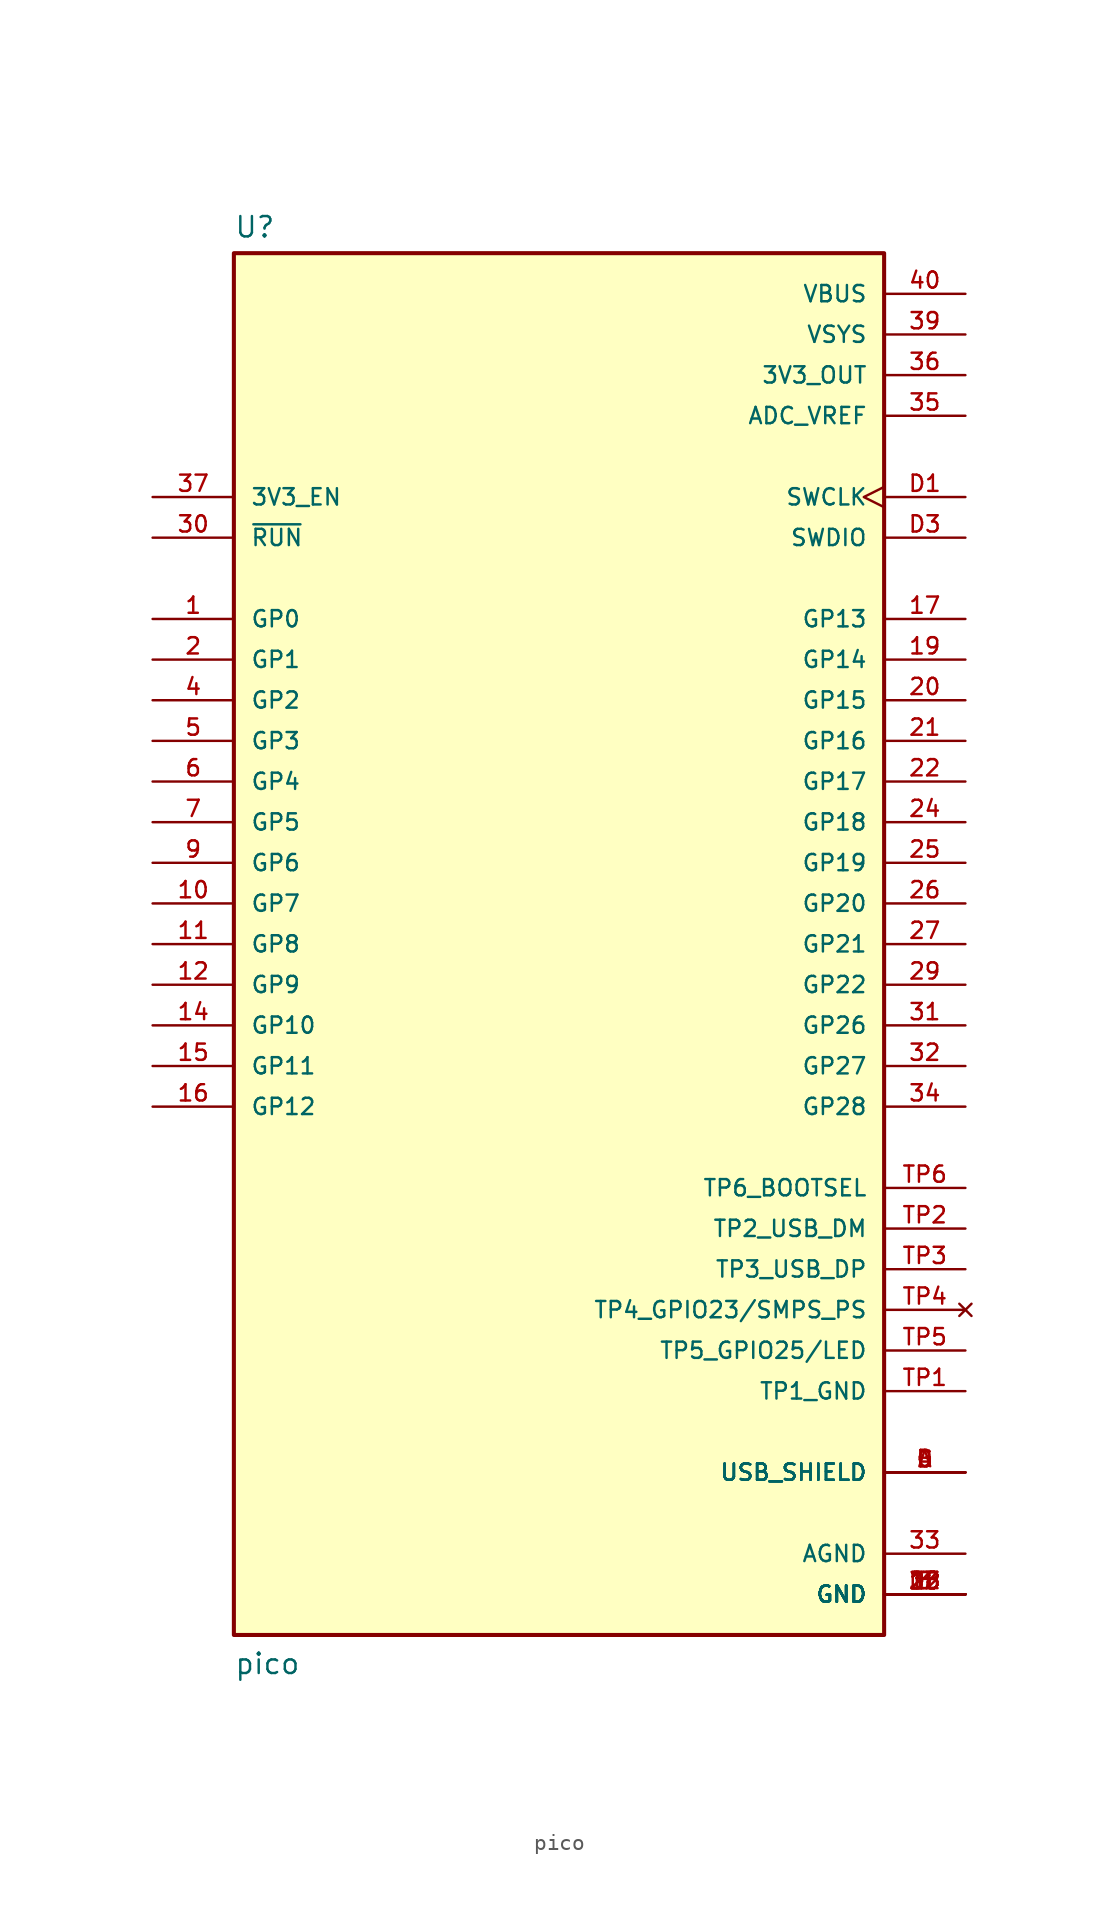
<source format=kicad_sym>
(kicad_symbol_lib
  (version 20231120)
  (generator "kicad_symbol_editor")
  (generator_version "8.0")
  (symbol "pico"
    (pin_names
      (offset 1.016))
    (property "Reference" "U"
      (at -20.32 44.069 0)
      (effects (font (size 1.27 1.27)) (justify left bottom)))
    (property "Value" "pico"
      (at -20.32 -45.72 0)
      (effects (font (size 1.27 1.27)) (justify left bottom)))
    (symbol "pico_0_0"
      (rectangle (start -20.32 -43.18) (end 20.32 43.18) (stroke (width 0.254) (type default)) (fill (type background)))
      (pin bidirectional line (at -25.4 20.32 0) (length 5.08) (name "GP0" (effects (font (size 1.016 1.016)))) (number "1" (effects (font (size 1.016 1.016)))))
      (pin bidirectional line (at -25.4 2.54 0) (length 5.08) (name "GP7" (effects (font (size 1.016 1.016)))) (number "10" (effects (font (size 1.016 1.016)))))
      (pin bidirectional line (at -25.4 0 0) (length 5.08) (name "GP8" (effects (font (size 1.016 1.016)))) (number "11" (effects (font (size 1.016 1.016)))))
      (pin bidirectional line (at -25.4 -2.54 0) (length 5.08) (name "GP9" (effects (font (size 1.016 1.016)))) (number "12" (effects (font (size 1.016 1.016)))))
      (pin power_in line (at 25.4 -40.64 180) (length 5.08) (name "GND" (effects (font (size 1.016 1.016)))) (number "13" (effects (font (size 1.016 1.016)))))
      (pin bidirectional line (at -25.4 -5.08 0) (length 5.08) (name "GP10" (effects (font (size 1.016 1.016)))) (number "14" (effects (font (size 1.016 1.016)))))
      (pin bidirectional line (at -25.4 -7.62 0) (length 5.08) (name "GP11" (effects (font (size 1.016 1.016)))) (number "15" (effects (font (size 1.016 1.016)))))
      (pin bidirectional line (at -25.4 -10.16 0) (length 5.08) (name "GP12" (effects (font (size 1.016 1.016)))) (number "16" (effects (font (size 1.016 1.016)))))
      (pin bidirectional line (at 25.4 20.32 180) (length 5.08) (name "GP13" (effects (font (size 1.016 1.016)))) (number "17" (effects (font (size 1.016 1.016)))))
      (pin power_in line (at 25.4 -40.64 180) (length 5.08) (name "GND" (effects (font (size 1.016 1.016)))) (number "18" (effects (font (size 1.016 1.016)))))
      (pin bidirectional line (at 25.4 17.78 180) (length 5.08) (name "GP14" (effects (font (size 1.016 1.016)))) (number "19" (effects (font (size 1.016 1.016)))))
      (pin bidirectional line (at -25.4 17.78 0) (length 5.08) (name "GP1" (effects (font (size 1.016 1.016)))) (number "2" (effects (font (size 1.016 1.016)))))
      (pin bidirectional line (at 25.4 15.24 180) (length 5.08) (name "GP15" (effects (font (size 1.016 1.016)))) (number "20" (effects (font (size 1.016 1.016)))))
      (pin bidirectional line (at 25.4 12.7 180) (length 5.08) (name "GP16" (effects (font (size 1.016 1.016)))) (number "21" (effects (font (size 1.016 1.016)))))
      (pin bidirectional line (at 25.4 10.16 180) (length 5.08) (name "GP17" (effects (font (size 1.016 1.016)))) (number "22" (effects (font (size 1.016 1.016)))))
      (pin power_in line (at 25.4 -40.64 180) (length 5.08) (name "GND" (effects (font (size 1.016 1.016)))) (number "23" (effects (font (size 1.016 1.016)))))
      (pin bidirectional line (at 25.4 7.62 180) (length 5.08) (name "GP18" (effects (font (size 1.016 1.016)))) (number "24" (effects (font (size 1.016 1.016)))))
      (pin bidirectional line (at 25.4 5.08 180) (length 5.08) (name "GP19" (effects (font (size 1.016 1.016)))) (number "25" (effects (font (size 1.016 1.016)))))
      (pin bidirectional line (at 25.4 2.54 180) (length 5.08) (name "GP20" (effects (font (size 1.016 1.016)))) (number "26" (effects (font (size 1.016 1.016)))))
      (pin bidirectional line (at 25.4 0 180) (length 5.08) (name "GP21" (effects (font (size 1.016 1.016)))) (number "27" (effects (font (size 1.016 1.016)))))
      (pin power_in line (at 25.4 -40.64 180) (length 5.08) (name "GND" (effects (font (size 1.016 1.016)))) (number "28" (effects (font (size 1.016 1.016)))))
      (pin bidirectional line (at 25.4 -2.54 180) (length 5.08) (name "GP22" (effects (font (size 1.016 1.016)))) (number "29" (effects (font (size 1.016 1.016)))))
      (pin power_in line (at 25.4 -40.64 180) (length 5.08) (name "GND" (effects (font (size 1.016 1.016)))) (number "3" (effects (font (size 1.016 1.016)))))
      (pin input line (at -25.4 25.4 0) (length 5.08) (name "~{RUN}" (effects (font (size 1.016 1.016)))) (number "30" (effects (font (size 1.016 1.016)))))
      (pin bidirectional line (at 25.4 -5.08 180) (length 5.08) (name "GP26" (effects (font (size 1.016 1.016)))) (number "31" (effects (font (size 1.016 1.016)))))
      (pin bidirectional line (at 25.4 -7.62 180) (length 5.08) (name "GP27" (effects (font (size 1.016 1.016)))) (number "32" (effects (font (size 1.016 1.016)))))
      (pin power_in line (at 25.4 -38.1 180) (length 5.08) (name "AGND" (effects (font (size 1.016 1.016)))) (number "33" (effects (font (size 1.016 1.016)))))
      (pin bidirectional line (at 25.4 -10.16 180) (length 5.08) (name "GP28" (effects (font (size 1.016 1.016)))) (number "34" (effects (font (size 1.016 1.016)))))
      (pin power_in line (at 25.4 33.02 180) (length 5.08) (name "ADC_VREF" (effects (font (size 1.016 1.016)))) (number "35" (effects (font (size 1.016 1.016)))))
      (pin power_in line (at 25.4 35.56 180) (length 5.08) (name "3V3_OUT" (effects (font (size 1.016 1.016)))) (number "36" (effects (font (size 1.016 1.016)))))
      (pin input line (at -25.4 27.94 0) (length 5.08) (name "3V3_EN" (effects (font (size 1.016 1.016)))) (number "37" (effects (font (size 1.016 1.016)))))
      (pin power_in line (at 25.4 -40.64 180) (length 5.08) (name "GND" (effects (font (size 1.016 1.016)))) (number "38" (effects (font (size 1.016 1.016)))))
      (pin power_in line (at 25.4 38.1 180) (length 5.08) (name "VSYS" (effects (font (size 1.016 1.016)))) (number "39" (effects (font (size 1.016 1.016)))))
      (pin bidirectional line (at -25.4 15.24 0) (length 5.08) (name "GP2" (effects (font (size 1.016 1.016)))) (number "4" (effects (font (size 1.016 1.016)))))
      (pin power_in line (at 25.4 40.64 180) (length 5.08) (name "VBUS" (effects (font (size 1.016 1.016)))) (number "40" (effects (font (size 1.016 1.016)))))
      (pin bidirectional line (at -25.4 12.7 0) (length 5.08) (name "GP3" (effects (font (size 1.016 1.016)))) (number "5" (effects (font (size 1.016 1.016)))))
      (pin bidirectional line (at -25.4 10.16 0) (length 5.08) (name "GP4" (effects (font (size 1.016 1.016)))) (number "6" (effects (font (size 1.016 1.016)))))
      (pin bidirectional line (at -25.4 7.62 0) (length 5.08) (name "GP5" (effects (font (size 1.016 1.016)))) (number "7" (effects (font (size 1.016 1.016)))))
      (pin power_in line (at 25.4 -40.64 180) (length 5.08) (name "GND" (effects (font (size 1.016 1.016)))) (number "8" (effects (font (size 1.016 1.016)))))
      (pin bidirectional line (at -25.4 5.08 0) (length 5.08) (name "GP6" (effects (font (size 1.016 1.016)))) (number "9" (effects (font (size 1.016 1.016)))))
      (pin power_in line (at 25.4 -33.02 180) (length 5.08) (name "USB_SHIELD" (effects (font (size 1.016 1.016)))) (number "A" (effects (font (size 1.016 1.016)))))
      (pin power_in line (at 25.4 -33.02 180) (length 5.08) (name "USB_SHIELD" (effects (font (size 1.016 1.016)))) (number "B" (effects (font (size 1.016 1.016)))))
      (pin power_in line (at 25.4 -33.02 180) (length 5.08) (name "USB_SHIELD" (effects (font (size 1.016 1.016)))) (number "C" (effects (font (size 1.016 1.016)))))
      (pin power_in line (at 25.4 -33.02 180) (length 5.08) (name "USB_SHIELD" (effects (font (size 1.016 1.016)))) (number "D" (effects (font (size 1.016 1.016)))))
      (pin input clock (at 25.4 27.94 180) (length 5.08) (name "SWCLK" (effects (font (size 1.016 1.016)))) (number "D1" (effects (font (size 1.016 1.016)))))
      (pin power_in line (at 25.4 -40.64 180) (length 5.08) (name "GND" (effects (font (size 1.016 1.016)))) (number "D2" (effects (font (size 1.016 1.016)))))
      (pin bidirectional line (at 25.4 25.4 180) (length 5.08) (name "SWDIO" (effects (font (size 1.016 1.016)))) (number "D3" (effects (font (size 1.016 1.016)))))
      (pin power_in line (at 25.4 -27.94 180) (length 5.08) (name "TP1_GND" (effects (font (size 1.016 1.016)))) (number "TP1" (effects (font (size 1.016 1.016)))))
      (pin bidirectional line (at 25.4 -17.78 180) (length 5.08) (name "TP2_USB_DM" (effects (font (size 1.016 1.016)))) (number "TP2" (effects (font (size 1.016 1.016)))))
      (pin bidirectional line (at 25.4 -20.32 180) (length 5.08) (name "TP3_USB_DP" (effects (font (size 1.016 1.016)))) (number "TP3" (effects (font (size 1.016 1.016)))))
      (pin no_connect line (at 25.4 -22.86 180) (length 5.08) (name "TP4_GPIO23/SMPS_PS" (effects (font (size 1.016 1.016)))) (number "TP4" (effects (font (size 1.016 1.016)))))
      (pin output line (at 25.4 -25.4 180) (length 5.08) (name "TP5_GPIO25/LED" (effects (font (size 1.016 1.016)))) (number "TP5" (effects (font (size 1.016 1.016)))))
      (pin input line (at 25.4 -15.24 180) (length 5.08) (name "TP6_BOOTSEL" (effects (font (size 1.016 1.016)))) (number "TP6" (effects (font (size 1.016 1.016))))))))
</source>
